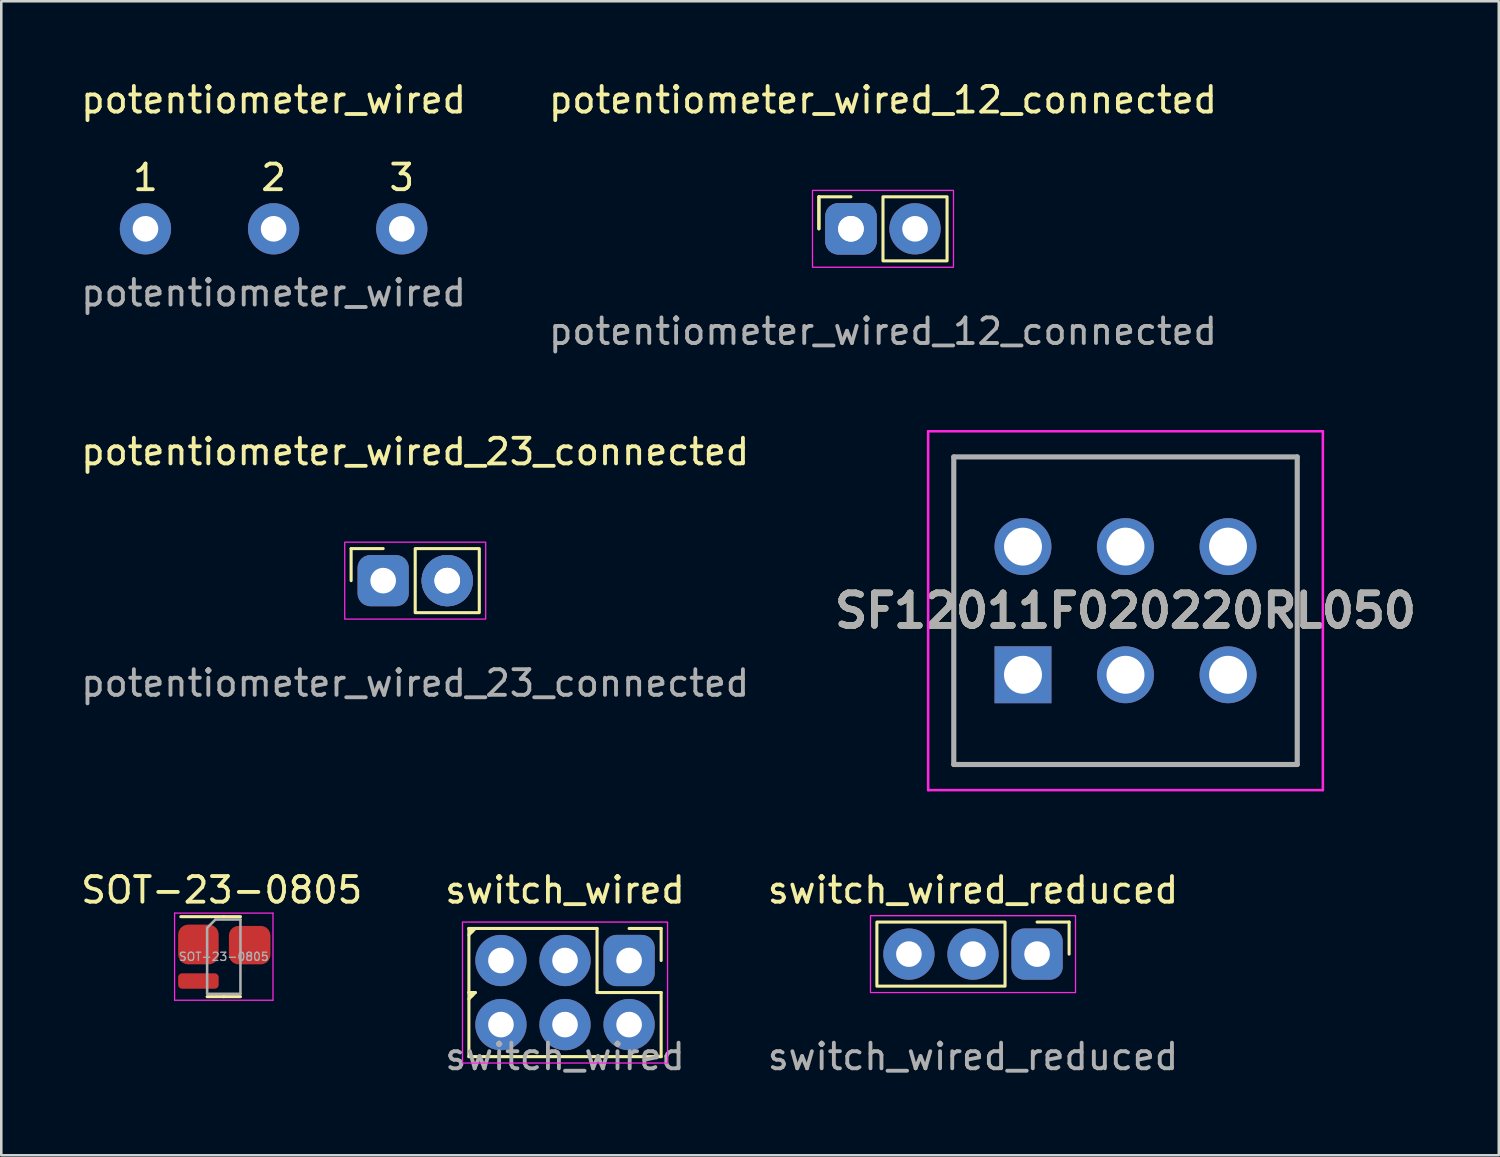
<source format=kicad_pcb>
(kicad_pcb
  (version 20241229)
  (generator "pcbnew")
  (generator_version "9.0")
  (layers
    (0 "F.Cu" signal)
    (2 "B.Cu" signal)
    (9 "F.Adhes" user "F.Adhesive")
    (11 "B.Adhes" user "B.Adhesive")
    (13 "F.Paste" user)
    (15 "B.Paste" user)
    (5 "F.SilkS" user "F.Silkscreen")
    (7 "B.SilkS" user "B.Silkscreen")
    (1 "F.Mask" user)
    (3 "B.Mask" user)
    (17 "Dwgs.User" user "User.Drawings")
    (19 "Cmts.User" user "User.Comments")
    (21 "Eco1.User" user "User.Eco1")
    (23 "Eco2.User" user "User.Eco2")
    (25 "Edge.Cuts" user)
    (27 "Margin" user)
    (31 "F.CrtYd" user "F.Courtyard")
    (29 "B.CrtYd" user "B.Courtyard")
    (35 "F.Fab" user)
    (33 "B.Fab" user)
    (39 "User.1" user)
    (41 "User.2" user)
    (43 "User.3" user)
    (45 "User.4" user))
  (footprint "SF12011F020220RL050"
    (layer "F.Cu")
    (at 36.861 23.276)
    (property "Reference" "SF12011F020220RL050" (at 4 -2.5 0) (layer "F.SilkS") (effects (font (size 1.27 1.27) (thickness 0.254))))
    (attr through_hole)
    (fp_line (start -2.7 -8.5) (end 10.7 -8.5) (stroke (width 0.1) (type solid)) (layer "F.SilkS"))
    (fp_line (start -2.7 3.5) (end -2.7 -8.5) (stroke (width 0.1) (type solid)) (layer "F.SilkS"))
    (fp_line (start 10.7 -8.5) (end 10.7 3.5) (stroke (width 0.1) (type solid)) (layer "F.SilkS"))
    (fp_line (start 10.7 3.5) (end -2.7 3.5) (stroke (width 0.1) (type solid)) (layer "F.SilkS"))
    (fp_line (start -3.7 -9.5) (end 11.7 -9.5) (stroke (width 0.1) (type solid)) (layer "F.CrtYd"))
    (fp_line (start -3.7 4.5) (end -3.7 -9.5) (stroke (width 0.1) (type solid)) (layer "F.CrtYd"))
    (fp_line (start 11.7 -9.5) (end 11.7 4.5) (stroke (width 0.1) (type solid)) (layer "F.CrtYd"))
    (fp_line (start 11.7 4.5) (end -3.7 4.5) (stroke (width 0.1) (type solid)) (layer "F.CrtYd"))
    (fp_line (start -2.7 -8.5) (end 10.7 -8.5) (stroke (width 0.2) (type solid)) (layer "F.Fab"))
    (fp_line (start -2.7 3.5) (end -2.7 -8.5) (stroke (width 0.2) (type solid)) (layer "F.Fab"))
    (fp_line (start 10.7 -8.5) (end 10.7 3.5) (stroke (width 0.2) (type solid)) (layer "F.Fab"))
    (fp_line (start 10.7 3.5) (end -2.7 3.5) (stroke (width 0.2) (type solid)) (layer "F.Fab"))
    (fp_text user "${REFERENCE}" (at 4 -2.5 0) (layer "F.Fab") (effects (font (size 1.27 1.27) (thickness 0.254))))
    (pad "1" thru_hole rect (at 0 0) (size 2.22 2.22) (drill 1.48) (layers "*.Cu" "*.Mask"))
    (pad "2" thru_hole circle (at 4 0) (size 2.22 2.22) (drill 1.48) (layers "*.Cu" "*.Mask"))
    (pad "3" thru_hole circle (at 8 0) (size 2.22 2.22) (drill 1.48) (layers "*.Cu" "*.Mask"))
    (pad "4" thru_hole circle (at 0 -5) (size 2.22 2.22) (drill 1.48) (layers "*.Cu" "*.Mask"))
    (pad "5" thru_hole circle (at 4 -5) (size 2.22 2.22) (drill 1.48) (layers "*.Cu" "*.Mask"))
    (pad "6" thru_hole circle (at 8 -5) (size 2.22 2.22) (drill 1.48) (layers "*.Cu" "*.Mask")))
  (footprint "potentiometer_wired_23_connected"
    (layer "F.Cu")
    (at 13.149 19.603)
    (property "Reference" "potentiometer_wired_23_connected" (at 0 -5.029 0) (unlocked yes) (layer "F.SilkS") (effects (font (size 1 1) (thickness 0.15))))
    (attr through_hole)
    (fp_line (start -2.5 -1.25) (end -2.5 0) (stroke (width 0.12) (type solid)) (layer "F.SilkS"))
    (fp_line (start -2.5 -1.25) (end -1.25 -1.25) (stroke (width 0.12) (type solid)) (layer "F.SilkS"))
    (fp_rect (start 0 -1.25) (end 2.5 1.25) (stroke (width 0.12) (type solid)) (fill no) (layer "F.SilkS"))
    (fp_rect (start -2.75 -1.5) (end 2.75 1.5) (stroke (width 0.05) (type solid)) (fill no) (layer "F.CrtYd"))
    (fp_text user "${REFERENCE}" (at 0 4 0) (unlocked yes) (layer "F.Fab") (effects (font (size 1 1) (thickness 0.15))))
    (pad "1" thru_hole roundrect (at -1.25 0) (size 2 2) (drill 1) (layers "*.Cu" "*.Mask") (roundrect_rratio 0.25))
    (pad "2" thru_hole circle (at 1.25 0) (size 2 2) (drill 1) (layers "*.Cu" "*.Mask"))
    (pad "3" thru_hole circle (at 1.25 0) (size 2 2) (drill 1) (layers "*.Cu" "*.Mask")))
  (footprint "switch_wired_reduced"
    (layer "F.Cu")
    (at 34.911 34.174)
    (property "Reference" "switch_wired_reduced" (at 0 -2.5 0) (unlocked yes) (layer "F.SilkS") (effects (font (size 1 1) (thickness 0.15))))
    (attr through_hole)
    (fp_line (start 3.75 -1.25) (end 2.5 -1.25) (stroke (width 0.12) (type solid)) (layer "F.SilkS"))
    (fp_line (start 3.75 -1.25) (end 3.75 0) (stroke (width 0.12) (type solid)) (layer "F.SilkS"))
    (fp_rect (start -3.75 -1.25) (end 1.25 1.25) (stroke (width 0.12) (type solid)) (fill no) (layer "F.SilkS"))
    (fp_rect (start -4 -1.5) (end 4 1.5) (stroke (width 0.05) (type solid)) (fill no) (layer "F.CrtYd"))
    (fp_text user "${REFERENCE}" (at 0 4 0) (unlocked yes) (layer "F.Fab") (effects (font (size 1 1) (thickness 0.15))))
    (pad "1" thru_hole roundrect (at 2.5 0) (size 2 2) (drill 1) (layers "*.Cu" "*.Mask") (roundrect_rratio 0.25))
    (pad "4" thru_hole circle (at 0 0) (size 2 2) (drill 1) (layers "*.Cu" "*.Mask"))
    (pad "6" thru_hole circle (at -2.5 0) (size 2 2) (drill 1) (layers "*.Cu" "*.Mask")))
  (footprint "potentiometer_wired"
    (layer "F.Cu")
    (at 7.625 5.877)
    (property "Reference" "potentiometer_wired" (at 0 -5.029 0) (unlocked yes) (layer "F.SilkS") (effects (font (size 1 1) (thickness 0.15))))
    (attr through_hole)
    (fp_text user "1" (at -5 -2 0) (unlocked yes) (layer "F.SilkS") (effects (font (size 1 1) (thickness 0.15))))
    (fp_text user "2" (at 0 -2 0) (unlocked yes) (layer "F.SilkS") (effects (font (size 1 1) (thickness 0.15))))
    (fp_text user "3" (at 5 -2 0) (unlocked yes) (layer "F.SilkS") (effects (font (size 1 1) (thickness 0.15))))
    (fp_text user "${REFERENCE}" (at 0 2.5 0) (unlocked yes) (layer "F.Fab") (effects (font (size 1 1) (thickness 0.15))))
    (pad "1" thru_hole circle (at -5 0) (size 2 2) (drill 1) (layers "*.Cu" "*.Mask"))
    (pad "2" thru_hole circle (at 0 0) (size 2 2) (drill 1) (layers "*.Cu" "*.Mask"))
    (pad "3" thru_hole circle (at 5 0) (size 2 2) (drill 1) (layers "*.Cu" "*.Mask")))
  (footprint "switch_wired"
    (layer "F.Cu")
    (at 18.994 35.674)
    (property "Reference" "switch_wired" (at 0 -4 0) (unlocked yes) (layer "F.SilkS") (effects (font (size 1 1) (thickness 0.15))))
    (attr through_hole)
    (fp_line (start -3.75 -2.5) (end -3.75 2.5) (stroke (width 0.12) (type solid)) (layer "F.SilkS"))
    (fp_line (start -3.75 -2.5) (end -3.625 -2.375) (stroke (width 0.12) (type solid)) (layer "F.SilkS"))
    (fp_line (start -3.75 0) (end -3.625 0.125) (stroke (width 0.12) (type solid)) (layer "F.SilkS"))
    (fp_line (start -3.75 0.25) (end -3.5 0) (stroke (width 0.12) (type solid)) (layer "F.SilkS"))
    (fp_line (start -3.75 2.5) (end 3.75 2.5) (stroke (width 0.12) (type solid)) (layer "F.SilkS"))
    (fp_line (start -3.5 -2.5) (end -3.75 -2.25) (stroke (width 0.12) (type solid)) (layer "F.SilkS"))
    (fp_line (start -3.5 0) (end -3.75 0) (stroke (width 0.12) (type solid)) (layer "F.SilkS"))
    (fp_line (start 1.25 -2.5) (end -3.75 -2.5) (stroke (width 0.12) (type solid)) (layer "F.SilkS"))
    (fp_line (start 1.25 0) (end 1.25 -2.5) (stroke (width 0.12) (type solid)) (layer "F.SilkS"))
    (fp_line (start 3.75 -2.5) (end 2.5 -2.5) (stroke (width 0.12) (type solid)) (layer "F.SilkS"))
    (fp_line (start 3.75 -2.5) (end 3.75 -1.25) (stroke (width 0.12) (type solid)) (layer "F.SilkS"))
    (fp_line (start 3.75 0) (end 1.25 0) (stroke (width 0.12) (type solid)) (layer "F.SilkS"))
    (fp_line (start 3.75 2.5) (end 3.75 0) (stroke (width 0.12) (type solid)) (layer "F.SilkS"))
    (fp_rect (start -4 -2.75) (end 4 2.75) (stroke (width 0.05) (type solid)) (fill no) (layer "F.CrtYd"))
    (fp_text user "${REFERENCE}" (at 0 2.5 0) (unlocked yes) (layer "F.Fab") (effects (font (size 1 1) (thickness 0.15))))
    (pad "1" thru_hole roundrect (at 2.5 -1.25) (size 2 2) (drill 1) (layers "*.Cu" "*.Mask") (roundrect_rratio 0.25))
    (pad "2" thru_hole circle (at 2.5 1.25) (size 2 2) (drill 1) (layers "*.Cu" "*.Mask"))
    (pad "3" thru_hole circle (at -2.5 1.25) (size 2 2) (drill 1) (layers "*.Cu" "*.Mask"))
    (pad "4" thru_hole circle (at 0 1.25) (size 2 2) (drill 1) (layers "*.Cu" "*.Mask"))
    (pad "5" thru_hole circle (at -2.5 -1.25) (size 2 2) (drill 1) (layers "*.Cu" "*.Mask"))
    (pad "6" thru_hole circle (at 0 -1.25) (size 2 2) (drill 1) (layers "*.Cu" "*.Mask")))
  (footprint "SOT-23-0805"
    (layer "F.Cu")
    (at 5.601 34.174)
    (property "Reference" "SOT-23-0805" (at 0 -2.5 0) (unlocked yes) (layer "F.SilkS") (effects (font (size 1 1) (thickness 0.15))))
    (attr smd)
    (fp_line (start 0.08 -1.46) (end -1.595 -1.46) (stroke (width 0.12) (type solid)) (layer "F.SilkS"))
    (fp_line (start 0.08 -1.46) (end 0.73 -1.46) (stroke (width 0.12) (type solid)) (layer "F.SilkS"))
    (fp_line (start 0.08 1.66) (end -0.57 1.66) (stroke (width 0.12) (type solid)) (layer "F.SilkS"))
    (fp_line (start 0.08 1.66) (end 0.73 1.66) (stroke (width 0.12) (type solid)) (layer "F.SilkS"))
    (fp_line (start -1.84 -1.6) (end -1.84 1.8) (stroke (width 0.05) (type solid)) (layer "F.CrtYd"))
    (fp_line (start -1.84 1.8) (end 2 1.8) (stroke (width 0.05) (type solid)) (layer "F.CrtYd"))
    (fp_line (start 2 -1.6) (end -1.84 -1.6) (stroke (width 0.05) (type solid)) (layer "F.CrtYd"))
    (fp_line (start 2 1.8) (end 2 -1.6) (stroke (width 0.05) (type solid)) (layer "F.CrtYd"))
    (fp_line (start -0.57 -1.025) (end -0.245 -1.35) (stroke (width 0.1) (type solid)) (layer "F.Fab"))
    (fp_line (start -0.57 1.55) (end -0.57 -1.025) (stroke (width 0.1) (type solid)) (layer "F.Fab"))
    (fp_line (start -0.245 -1.35) (end 0.73 -1.35) (stroke (width 0.1) (type solid)) (layer "F.Fab"))
    (fp_line (start 0.73 -1.35) (end 0.73 1.55) (stroke (width 0.1) (type solid)) (layer "F.Fab"))
    (fp_line (start 0.73 1.55) (end -0.57 1.55) (stroke (width 0.1) (type solid)) (layer "F.Fab"))
    (fp_text user "${REFERENCE}" (at 0.08 0.1 0) (layer "F.Fab") (effects (font (size 0.32 0.32) (thickness 0.05))))
    (pad "1" smd roundrect (at -0.91 -0.375) (size 1.58 1.55) (layers "F.Cu" "F.Mask" "F.Paste") (roundrect_rratio 0.25))
    (pad "2" smd roundrect (at -0.91 1.05) (size 1.58 0.6) (layers "F.Cu" "F.Mask" "F.Paste") (roundrect_rratio 0.25))
    (pad "3" smd roundrect (at 1.09 -0.35) (size 1.62 1.5) (layers "F.Cu" "F.Mask" "F.Paste") (roundrect_rratio 0.25)))
  (footprint "potentiometer_wired_12_connected"
    (layer "F.Cu")
    (at 31.399 5.877)
    (property "Reference" "potentiometer_wired_12_connected" (at 0 -5.029 0) (unlocked yes) (layer "F.SilkS") (effects (font (size 1 1) (thickness 0.15))))
    (attr through_hole)
    (fp_line (start -2.5 -1.25) (end -2.5 0) (stroke (width 0.12) (type solid)) (layer "F.SilkS"))
    (fp_line (start -2.5 -1.25) (end -1.25 -1.25) (stroke (width 0.12) (type solid)) (layer "F.SilkS"))
    (fp_line (start -2.5 0) (end -2.5 -1.25) (stroke (width 0.12) (type solid)) (layer "F.SilkS"))
    (fp_rect (start 0 -1.25) (end 2.5 1.25) (stroke (width 0.12) (type solid)) (fill no) (layer "F.SilkS"))
    (fp_rect (start -2.75 -1.5) (end 2.75 1.5) (stroke (width 0.05) (type solid)) (fill no) (layer "F.CrtYd"))
    (fp_text user "${REFERENCE}" (at 0 4 0) (unlocked yes) (layer "F.Fab") (effects (font (size 1 1) (thickness 0.15))))
    (pad "1" thru_hole roundrect (at -1.25 0) (size 2 2) (drill 1) (layers "*.Cu" "*.Mask") (roundrect_rratio 0.25))
    (pad "2" thru_hole roundrect (at -1.25 0) (size 2 2) (drill 1) (layers "*.Cu" "*.Mask") (roundrect_rratio 0.25))
    (pad "3" thru_hole circle (at 1.25 0) (size 2 2) (drill 1) (layers "*.Cu" "*.Mask")))
  (gr_rect
    (start -3 -3)
    (end 55.424 42.022)
    (stroke (width 0.1) (type default))
    (fill no)
    (layer "Edge.Cuts")))
</source>
